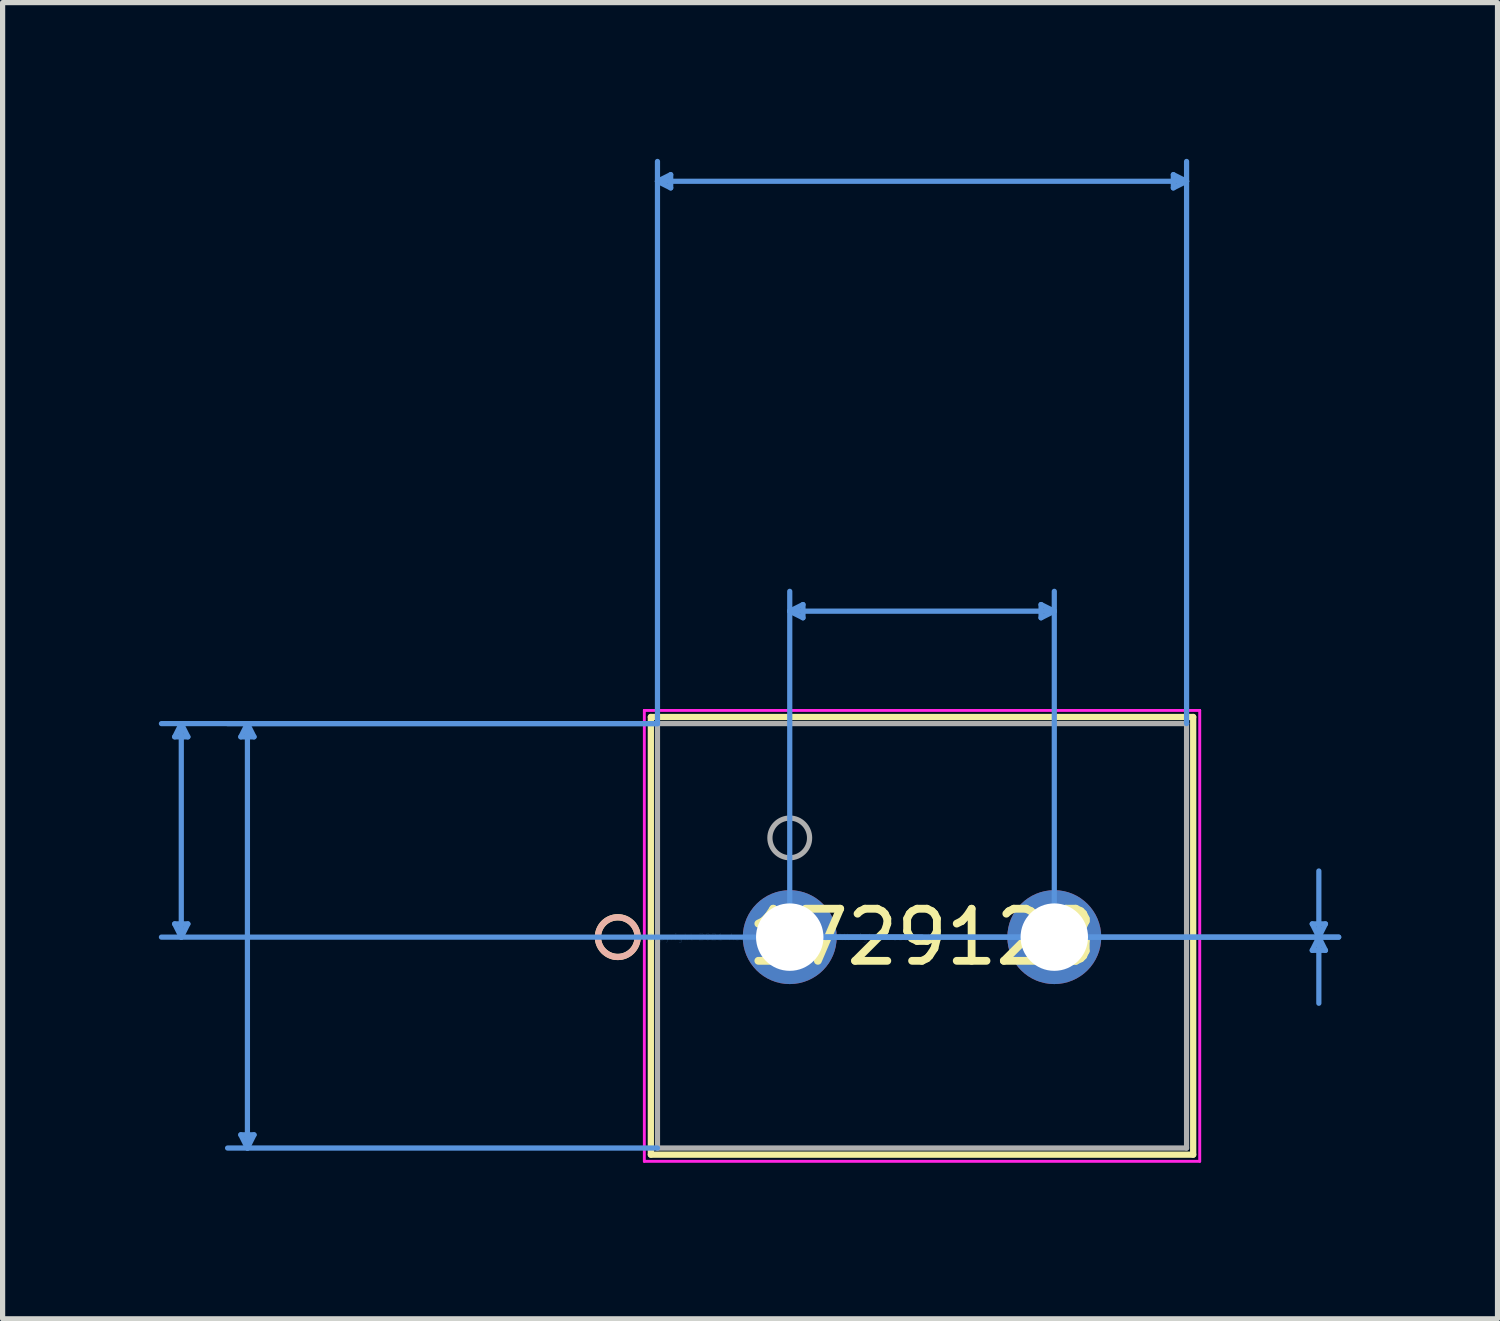
<source format=kicad_pcb>
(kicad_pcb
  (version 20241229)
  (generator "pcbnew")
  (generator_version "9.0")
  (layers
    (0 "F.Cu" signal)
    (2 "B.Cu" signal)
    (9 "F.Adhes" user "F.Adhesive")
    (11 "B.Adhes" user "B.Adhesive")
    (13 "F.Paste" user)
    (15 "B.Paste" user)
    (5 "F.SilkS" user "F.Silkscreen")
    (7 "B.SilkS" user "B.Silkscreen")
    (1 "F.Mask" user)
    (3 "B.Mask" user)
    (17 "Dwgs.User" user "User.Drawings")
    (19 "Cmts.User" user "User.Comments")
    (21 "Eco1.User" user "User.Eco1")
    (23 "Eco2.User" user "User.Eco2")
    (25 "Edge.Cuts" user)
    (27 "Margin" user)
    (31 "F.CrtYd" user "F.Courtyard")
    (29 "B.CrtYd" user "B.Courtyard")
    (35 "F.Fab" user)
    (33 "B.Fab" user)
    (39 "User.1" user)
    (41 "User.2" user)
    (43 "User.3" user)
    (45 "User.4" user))
  (footprint "1729128"
    (layer "F.Cu")
    (at 12.115 14.945)
    (property "Reference" "1729128" (at 2.54 0 0) (layer "F.SilkS") (effects (font (size 1 1) (thickness 0.15))))
    (attr through_hole)
    (fp_line (start -2.667 -4.227) (end -2.667 4.177) (stroke (width 0.12) (type solid)) (layer "F.SilkS"))
    (fp_line (start -2.667 4.177) (end 7.747 4.177) (stroke (width 0.12) (type solid)) (layer "F.SilkS"))
    (fp_line (start 7.747 -4.227) (end -2.667 -4.227) (stroke (width 0.12) (type solid)) (layer "F.SilkS"))
    (fp_line (start 7.747 4.177) (end 7.747 -4.227) (stroke (width 0.12) (type solid)) (layer "F.SilkS"))
    (fp_circle (center -3.302 0) (end -2.921 0) (stroke (width 0.12) (type solid)) (fill no) (layer "F.SilkS"))
    (fp_circle (center -3.302 0) (end -2.921 0) (stroke (width 0.12) (type solid)) (fill no) (layer "B.SilkS"))
    (fp_line (start -11.811 -3.846) (end -11.557 -3.846) (stroke (width 0.1) (type solid)) (layer "Cmts.User"))
    (fp_line (start -11.811 -0.254) (end -11.557 -0.254) (stroke (width 0.1) (type solid)) (layer "Cmts.User"))
    (fp_line (start -11.684 -4.1) (end -11.811 -3.846) (stroke (width 0.1) (type solid)) (layer "Cmts.User"))
    (fp_line (start -11.684 -4.1) (end -11.684 0) (stroke (width 0.1) (type solid)) (layer "Cmts.User"))
    (fp_line (start -11.684 -4.1) (end -11.557 -3.846) (stroke (width 0.1) (type solid)) (layer "Cmts.User"))
    (fp_line (start -11.684 0) (end -11.811 -0.254) (stroke (width 0.1) (type solid)) (layer "Cmts.User"))
    (fp_line (start -11.684 0) (end -11.557 -0.254) (stroke (width 0.1) (type solid)) (layer "Cmts.User"))
    (fp_line (start -10.541 -3.846) (end -10.287 -3.846) (stroke (width 0.1) (type solid)) (layer "Cmts.User"))
    (fp_line (start -10.541 3.796) (end -10.287 3.796) (stroke (width 0.1) (type solid)) (layer "Cmts.User"))
    (fp_line (start -10.414 -4.1) (end -10.541 -3.846) (stroke (width 0.1) (type solid)) (layer "Cmts.User"))
    (fp_line (start -10.414 -4.1) (end -10.414 4.05) (stroke (width 0.1) (type solid)) (layer "Cmts.User"))
    (fp_line (start -10.414 -4.1) (end -10.287 -3.846) (stroke (width 0.1) (type solid)) (layer "Cmts.User"))
    (fp_line (start -10.414 4.05) (end -10.541 3.796) (stroke (width 0.1) (type solid)) (layer "Cmts.User"))
    (fp_line (start -10.414 4.05) (end -10.287 3.796) (stroke (width 0.1) (type solid)) (layer "Cmts.User"))
    (fp_line (start -2.54 -14.514) (end -2.286 -14.641) (stroke (width 0.1) (type solid)) (layer "Cmts.User"))
    (fp_line (start -2.54 -14.514) (end -2.286 -14.387) (stroke (width 0.1) (type solid)) (layer "Cmts.User"))
    (fp_line (start -2.54 -14.514) (end 7.62 -14.514) (stroke (width 0.1) (type solid)) (layer "Cmts.User"))
    (fp_line (start -2.54 -4.1) (end -12.065 -4.1) (stroke (width 0.1) (type solid)) (layer "Cmts.User"))
    (fp_line (start -2.54 -4.1) (end -10.795 -4.1) (stroke (width 0.1) (type solid)) (layer "Cmts.User"))
    (fp_line (start -2.54 -4.1) (end -2.54 -14.895) (stroke (width 0.1) (type solid)) (layer "Cmts.User"))
    (fp_line (start -2.54 4.05) (end -10.795 4.05) (stroke (width 0.1) (type solid)) (layer "Cmts.User"))
    (fp_line (start -2.286 -14.641) (end -2.286 -14.387) (stroke (width 0.1) (type solid)) (layer "Cmts.User"))
    (fp_line (start 0 -6.259) (end 0.254 -6.386) (stroke (width 0.1) (type solid)) (layer "Cmts.User"))
    (fp_line (start 0 -6.259) (end 0.254 -6.132) (stroke (width 0.1) (type solid)) (layer "Cmts.User"))
    (fp_line (start 0 -6.259) (end 5.08 -6.259) (stroke (width 0.1) (type solid)) (layer "Cmts.User"))
    (fp_line (start 0 0) (end 0 -6.64) (stroke (width 0.1) (type solid)) (layer "Cmts.User"))
    (fp_line (start 0 0) (end 10.541 0) (stroke (width 0.1) (type solid)) (layer "Cmts.User"))
    (fp_line (start 0 0) (end 10.541 0) (stroke (width 0.1) (type solid)) (layer "Cmts.User"))
    (fp_line (start 0.254 -6.386) (end 0.254 -6.132) (stroke (width 0.1) (type solid)) (layer "Cmts.User"))
    (fp_line (start 2.54 0) (end -12.065 0) (stroke (width 0.1) (type solid)) (layer "Cmts.User"))
    (fp_line (start 4.826 -6.386) (end 4.826 -6.132) (stroke (width 0.1) (type solid)) (layer "Cmts.User"))
    (fp_line (start 5.08 -6.259) (end 4.826 -6.386) (stroke (width 0.1) (type solid)) (layer "Cmts.User"))
    (fp_line (start 5.08 -6.259) (end 4.826 -6.132) (stroke (width 0.1) (type solid)) (layer "Cmts.User"))
    (fp_line (start 5.08 0) (end 5.08 -6.64) (stroke (width 0.1) (type solid)) (layer "Cmts.User"))
    (fp_line (start 7.366 -14.641) (end 7.366 -14.387) (stroke (width 0.1) (type solid)) (layer "Cmts.User"))
    (fp_line (start 7.62 -14.514) (end 7.366 -14.641) (stroke (width 0.1) (type solid)) (layer "Cmts.User"))
    (fp_line (start 7.62 -14.514) (end 7.366 -14.387) (stroke (width 0.1) (type solid)) (layer "Cmts.User"))
    (fp_line (start 7.62 -4.1) (end 7.62 -14.895) (stroke (width 0.1) (type solid)) (layer "Cmts.User"))
    (fp_line (start 10.033 -0.254) (end 10.287 -0.254) (stroke (width 0.1) (type solid)) (layer "Cmts.User"))
    (fp_line (start 10.033 0.254) (end 10.287 0.254) (stroke (width 0.1) (type solid)) (layer "Cmts.User"))
    (fp_line (start 10.16 0) (end 10.033 -0.254) (stroke (width 0.1) (type solid)) (layer "Cmts.User"))
    (fp_line (start 10.16 0) (end 10.033 0.254) (stroke (width 0.1) (type solid)) (layer "Cmts.User"))
    (fp_line (start 10.16 0) (end 10.16 -1.27) (stroke (width 0.1) (type solid)) (layer "Cmts.User"))
    (fp_line (start 10.16 0) (end 10.16 1.27) (stroke (width 0.1) (type solid)) (layer "Cmts.User"))
    (fp_line (start 10.16 0) (end 10.287 -0.254) (stroke (width 0.1) (type solid)) (layer "Cmts.User"))
    (fp_line (start 10.16 0) (end 10.287 0.254) (stroke (width 0.1) (type solid)) (layer "Cmts.User"))
    (fp_line (start -2.794 -4.354) (end -2.794 4.304) (stroke (width 0.05) (type solid)) (layer "F.CrtYd"))
    (fp_line (start -2.794 -4.354) (end -2.794 4.304) (stroke (width 0.05) (type solid)) (layer "F.CrtYd"))
    (fp_line (start -2.794 4.304) (end 7.874 4.304) (stroke (width 0.05) (type solid)) (layer "F.CrtYd"))
    (fp_line (start -2.794 4.304) (end 7.874 4.304) (stroke (width 0.05) (type solid)) (layer "F.CrtYd"))
    (fp_line (start 7.874 -4.354) (end -2.794 -4.354) (stroke (width 0.05) (type solid)) (layer "F.CrtYd"))
    (fp_line (start 7.874 -4.354) (end -2.794 -4.354) (stroke (width 0.05) (type solid)) (layer "F.CrtYd"))
    (fp_line (start 7.874 4.304) (end 7.874 -4.354) (stroke (width 0.05) (type solid)) (layer "F.CrtYd"))
    (fp_line (start 7.874 4.304) (end 7.874 -4.354) (stroke (width 0.05) (type solid)) (layer "F.CrtYd"))
    (fp_line (start -2.54 -4.1) (end -2.54 4.05) (stroke (width 0.1) (type solid)) (layer "F.Fab"))
    (fp_line (start -2.54 4.05) (end 7.62 4.05) (stroke (width 0.1) (type solid)) (layer "F.Fab"))
    (fp_line (start 7.62 -4.1) (end -2.54 -4.1) (stroke (width 0.1) (type solid)) (layer "F.Fab"))
    (fp_line (start 7.62 4.05) (end 7.62 -4.1) (stroke (width 0.1) (type solid)) (layer "F.Fab"))
    (fp_circle (center 0 -1.905) (end 0.381 -1.905) (stroke (width 0.1) (type solid)) (fill no) (layer "F.Fab"))
    (fp_text user "*" (at 0 0 0) (layer "F.SilkS") (effects (font (size 1 1) (thickness 0.15))))
    (fp_text user "Copyright 2021 Accelerated Designs. All rights reserved." (at 0 0 0) (layer "Cmts.User") (effects (font (size 0.127 0.127) (thickness 0.002))))
    (fp_text user "*" (at 0 0 0) (layer "F.Fab") (effects (font (size 1 1) (thickness 0.15))))
    (pad "1" thru_hole circle (at 0 0) (size 1.803 1.803) (drill 1.295) (layers "*.Cu" "*.Mask"))
    (pad "2" thru_hole circle (at 5.08 0) (size 1.803 1.803) (drill 1.295) (layers "*.Cu" "*.Mask")))
  (gr_rect
    (start -3 -3)
    (end 25.706 22.274)
    (stroke (width 0.1) (type default))
    (fill no)
    (layer "Edge.Cuts")))
</source>
